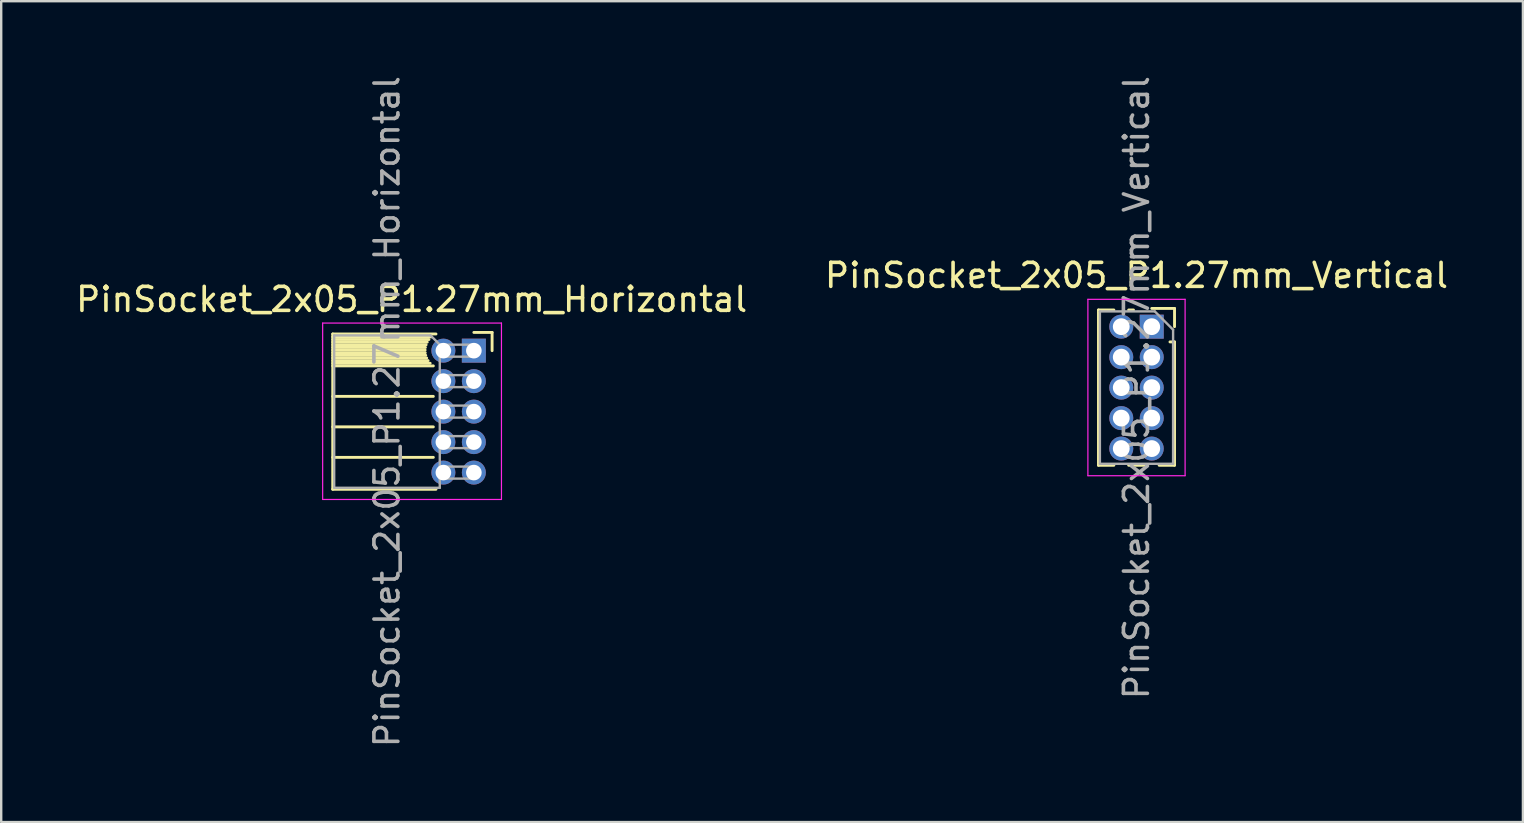
<source format=kicad_pcb>
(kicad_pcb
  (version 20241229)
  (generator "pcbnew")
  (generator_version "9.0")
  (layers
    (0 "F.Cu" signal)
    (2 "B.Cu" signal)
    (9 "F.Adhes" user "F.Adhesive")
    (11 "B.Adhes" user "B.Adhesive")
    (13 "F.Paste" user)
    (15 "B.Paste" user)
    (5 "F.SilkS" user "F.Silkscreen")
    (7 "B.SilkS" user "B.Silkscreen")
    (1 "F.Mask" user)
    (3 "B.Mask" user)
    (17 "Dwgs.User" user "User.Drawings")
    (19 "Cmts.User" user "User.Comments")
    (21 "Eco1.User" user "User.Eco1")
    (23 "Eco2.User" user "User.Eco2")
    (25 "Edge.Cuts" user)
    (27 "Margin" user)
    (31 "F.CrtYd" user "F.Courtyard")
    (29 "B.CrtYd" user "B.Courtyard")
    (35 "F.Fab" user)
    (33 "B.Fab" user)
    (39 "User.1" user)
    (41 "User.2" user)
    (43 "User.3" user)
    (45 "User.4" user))
  (footprint "PinSocket_2x05_P1.27mm_Horizontal"
    (layer "F.Cu")
    (at 16.694 11.561)
    (property "Reference" "PinSocket_2x05_P1.27mm_Horizontal" (at -2.592 -2.135 0) (layer "F.SilkS") (effects (font (size 1 1) (thickness 0.15))))
    (attr through_hole)
    (fp_line (start -5.88 -0.695) (end -5.88 5.775) (stroke (width 0.12) (type solid)) (layer "F.SilkS"))
    (fp_line (start -5.88 -0.695) (end -1.578 -0.695) (stroke (width 0.12) (type solid)) (layer "F.SilkS"))
    (fp_line (start -5.88 -0.575) (end -1.767 -0.575) (stroke (width 0.12) (type solid)) (layer "F.SilkS"))
    (fp_line (start -5.88 -0.465) (end -1.871 -0.465) (stroke (width 0.12) (type solid)) (layer "F.SilkS"))
    (fp_line (start -5.88 -0.355) (end -1.942 -0.355) (stroke (width 0.12) (type solid)) (layer "F.SilkS"))
    (fp_line (start -5.88 -0.245) (end -1.989 -0.245) (stroke (width 0.12) (type solid)) (layer "F.SilkS"))
    (fp_line (start -5.88 -0.135) (end -2.018 -0.135) (stroke (width 0.12) (type solid)) (layer "F.SilkS"))
    (fp_line (start -5.88 -0.025) (end -2.03 -0.025) (stroke (width 0.12) (type solid)) (layer "F.SilkS"))
    (fp_line (start -5.88 0.085) (end -2.025 0.085) (stroke (width 0.12) (type solid)) (layer "F.SilkS"))
    (fp_line (start -5.88 0.195) (end -2.005 0.195) (stroke (width 0.12) (type solid)) (layer "F.SilkS"))
    (fp_line (start -5.88 0.305) (end -1.966 0.305) (stroke (width 0.12) (type solid)) (layer "F.SilkS"))
    (fp_line (start -5.88 0.415) (end -1.907 0.415) (stroke (width 0.12) (type solid)) (layer "F.SilkS"))
    (fp_line (start -5.88 0.525) (end -1.82 0.525) (stroke (width 0.12) (type solid)) (layer "F.SilkS"))
    (fp_line (start -5.88 0.635) (end -1.688 0.635) (stroke (width 0.12) (type solid)) (layer "F.SilkS"))
    (fp_line (start -5.88 1.905) (end -1.688 1.905) (stroke (width 0.12) (type solid)) (layer "F.SilkS"))
    (fp_line (start -5.88 3.175) (end -1.688 3.175) (stroke (width 0.12) (type solid)) (layer "F.SilkS"))
    (fp_line (start -5.88 4.445) (end -1.688 4.445) (stroke (width 0.12) (type solid)) (layer "F.SilkS"))
    (fp_line (start -5.88 5.775) (end -1.578 5.775) (stroke (width 0.12) (type solid)) (layer "F.SilkS"))
    (fp_line (start 0 -0.76) (end 0.76 -0.76) (stroke (width 0.12) (type solid)) (layer "F.SilkS"))
    (fp_line (start 0.76 -0.76) (end 0.76 0) (stroke (width 0.12) (type solid)) (layer "F.SilkS"))
    (fp_line (start -6.3 -1.15) (end -6.3 6.2) (stroke (width 0.05) (type solid)) (layer "F.CrtYd"))
    (fp_line (start -6.3 6.2) (end 1.15 6.2) (stroke (width 0.05) (type solid)) (layer "F.CrtYd"))
    (fp_line (start 1.15 -1.15) (end -6.3 -1.15) (stroke (width 0.05) (type solid)) (layer "F.CrtYd"))
    (fp_line (start 1.15 6.2) (end 1.15 -1.15) (stroke (width 0.05) (type solid)) (layer "F.CrtYd"))
    (fp_line (start -5.82 -0.635) (end -1.805 -0.635) (stroke (width 0.1) (type solid)) (layer "F.Fab"))
    (fp_line (start -5.82 5.715) (end -5.82 -0.635) (stroke (width 0.1) (type solid)) (layer "F.Fab"))
    (fp_line (start -1.805 -0.635) (end -1.42 -0.25) (stroke (width 0.1) (type solid)) (layer "F.Fab"))
    (fp_line (start -1.42 -0.25) (end -1.42 5.715) (stroke (width 0.1) (type solid)) (layer "F.Fab"))
    (fp_line (start -1.42 0.25) (end 0 0.25) (stroke (width 0.1) (type solid)) (layer "F.Fab"))
    (fp_line (start -1.42 1.52) (end 0 1.52) (stroke (width 0.1) (type solid)) (layer "F.Fab"))
    (fp_line (start -1.42 2.79) (end 0 2.79) (stroke (width 0.1) (type solid)) (layer "F.Fab"))
    (fp_line (start -1.42 4.06) (end 0 4.06) (stroke (width 0.1) (type solid)) (layer "F.Fab"))
    (fp_line (start -1.42 5.33) (end 0 5.33) (stroke (width 0.1) (type solid)) (layer "F.Fab"))
    (fp_line (start -1.42 5.715) (end -5.82 5.715) (stroke (width 0.1) (type solid)) (layer "F.Fab"))
    (fp_line (start 0 -0.25) (end -1.42 -0.25) (stroke (width 0.1) (type solid)) (layer "F.Fab"))
    (fp_line (start 0 0.25) (end 0 -0.25) (stroke (width 0.1) (type solid)) (layer "F.Fab"))
    (fp_line (start 0 1.02) (end -1.42 1.02) (stroke (width 0.1) (type solid)) (layer "F.Fab"))
    (fp_line (start 0 1.52) (end 0 1.02) (stroke (width 0.1) (type solid)) (layer "F.Fab"))
    (fp_line (start 0 2.29) (end -1.42 2.29) (stroke (width 0.1) (type solid)) (layer "F.Fab"))
    (fp_line (start 0 2.79) (end 0 2.29) (stroke (width 0.1) (type solid)) (layer "F.Fab"))
    (fp_line (start 0 3.56) (end -1.42 3.56) (stroke (width 0.1) (type solid)) (layer "F.Fab"))
    (fp_line (start 0 4.06) (end 0 3.56) (stroke (width 0.1) (type solid)) (layer "F.Fab"))
    (fp_line (start 0 4.83) (end -1.42 4.83) (stroke (width 0.1) (type solid)) (layer "F.Fab"))
    (fp_line (start 0 5.33) (end 0 4.83) (stroke (width 0.1) (type solid)) (layer "F.Fab"))
    (fp_text user "${REFERENCE}" (at -3.62 2.54 90) (layer "F.Fab") (effects (font (size 1 1) (thickness 0.15))))
    (pad "1" thru_hole rect (at 0 0) (size 1 1) (drill 0.65) (layers "*.Cu" "*.Mask"))
    (pad "2" thru_hole circle (at -1.27 0) (size 1 1) (drill 0.65) (layers "*.Cu" "*.Mask"))
    (pad "3" thru_hole circle (at 0 1.27) (size 1 1) (drill 0.65) (layers "*.Cu" "*.Mask"))
    (pad "4" thru_hole circle (at -1.27 1.27) (size 1 1) (drill 0.65) (layers "*.Cu" "*.Mask"))
    (pad "5" thru_hole circle (at 0 2.54) (size 1 1) (drill 0.65) (layers "*.Cu" "*.Mask"))
    (pad "6" thru_hole circle (at -1.27 2.54) (size 1 1) (drill 0.65) (layers "*.Cu" "*.Mask"))
    (pad "7" thru_hole circle (at 0 3.81) (size 1 1) (drill 0.65) (layers "*.Cu" "*.Mask"))
    (pad "8" thru_hole circle (at -1.27 3.81) (size 1 1) (drill 0.65) (layers "*.Cu" "*.Mask"))
    (pad "9" thru_hole circle (at 0 5.08) (size 1 1) (drill 0.65) (layers "*.Cu" "*.Mask"))
    (pad "10" thru_hole circle (at -1.27 5.08) (size 1 1) (drill 0.65) (layers "*.Cu" "*.Mask")))
  (footprint "PinSocket_2x05_P1.27mm_Vertical"
    (layer "F.Cu")
    (at 44.939 10.561)
    (property "Reference" "PinSocket_2x05_P1.27mm_Vertical" (at -0.635 -2.135 0) (layer "F.SilkS") (effects (font (size 1 1) (thickness 0.15))))
    (attr through_hole)
    (fp_line (start -2.22 -0.695) (end -2.22 5.775) (stroke (width 0.12) (type solid)) (layer "F.SilkS"))
    (fp_line (start -2.22 -0.695) (end -1.578 -0.695) (stroke (width 0.12) (type solid)) (layer "F.SilkS"))
    (fp_line (start -2.22 5.775) (end -1.578 5.775) (stroke (width 0.12) (type solid)) (layer "F.SilkS"))
    (fp_line (start -0.962 -0.695) (end -0.76 -0.695) (stroke (width 0.12) (type solid)) (layer "F.SilkS"))
    (fp_line (start -0.962 5.775) (end -0.308 5.775) (stroke (width 0.12) (type solid)) (layer "F.SilkS"))
    (fp_line (start 0 -0.76) (end 0.95 -0.76) (stroke (width 0.12) (type solid)) (layer "F.SilkS"))
    (fp_line (start 0.308 5.775) (end 0.95 5.775) (stroke (width 0.12) (type solid)) (layer "F.SilkS"))
    (fp_line (start 0.76 0.635) (end 0.95 0.635) (stroke (width 0.12) (type solid)) (layer "F.SilkS"))
    (fp_line (start 0.95 -0.76) (end 0.95 0) (stroke (width 0.12) (type solid)) (layer "F.SilkS"))
    (fp_line (start 0.95 0.635) (end 0.95 5.775) (stroke (width 0.12) (type solid)) (layer "F.SilkS"))
    (fp_line (start -2.66 -1.14) (end 1.39 -1.14) (stroke (width 0.05) (type solid)) (layer "F.CrtYd"))
    (fp_line (start -2.66 6.21) (end -2.66 -1.14) (stroke (width 0.05) (type solid)) (layer "F.CrtYd"))
    (fp_line (start 1.39 -1.14) (end 1.39 6.21) (stroke (width 0.05) (type solid)) (layer "F.CrtYd"))
    (fp_line (start 1.39 6.21) (end -2.66 6.21) (stroke (width 0.05) (type solid)) (layer "F.CrtYd"))
    (fp_line (start -2.16 -0.635) (end 0.128 -0.635) (stroke (width 0.1) (type solid)) (layer "F.Fab"))
    (fp_line (start -2.16 5.715) (end -2.16 -0.635) (stroke (width 0.1) (type solid)) (layer "F.Fab"))
    (fp_line (start 0.128 -0.635) (end 0.89 0.127) (stroke (width 0.1) (type solid)) (layer "F.Fab"))
    (fp_line (start 0.89 0.127) (end 0.89 5.715) (stroke (width 0.1) (type solid)) (layer "F.Fab"))
    (fp_line (start 0.89 5.715) (end -2.16 5.715) (stroke (width 0.1) (type solid)) (layer "F.Fab"))
    (fp_text user "${REFERENCE}" (at -0.635 2.54 90) (layer "F.Fab") (effects (font (size 1 1) (thickness 0.15))))
    (pad "1" thru_hole rect (at 0 0) (size 1 1) (drill 0.7) (layers "*.Cu" "*.Mask"))
    (pad "2" thru_hole circle (at -1.27 0) (size 1 1) (drill 0.7) (layers "*.Cu" "*.Mask"))
    (pad "3" thru_hole circle (at 0 1.27) (size 1 1) (drill 0.7) (layers "*.Cu" "*.Mask"))
    (pad "4" thru_hole circle (at -1.27 1.27) (size 1 1) (drill 0.7) (layers "*.Cu" "*.Mask"))
    (pad "5" thru_hole circle (at 0 2.54) (size 1 1) (drill 0.7) (layers "*.Cu" "*.Mask"))
    (pad "6" thru_hole circle (at -1.27 2.54) (size 1 1) (drill 0.7) (layers "*.Cu" "*.Mask"))
    (pad "7" thru_hole circle (at 0 3.81) (size 1 1) (drill 0.7) (layers "*.Cu" "*.Mask"))
    (pad "8" thru_hole circle (at -1.27 3.81) (size 1 1) (drill 0.7) (layers "*.Cu" "*.Mask"))
    (pad "9" thru_hole circle (at 0 5.08) (size 1 1) (drill 0.7) (layers "*.Cu" "*.Mask"))
    (pad "10" thru_hole circle (at -1.27 5.08) (size 1 1) (drill 0.7) (layers "*.Cu" "*.Mask")))
  (gr_rect
    (start -3 -3)
    (end 60.405 31.202)
    (stroke (width 0.1) (type default))
    (fill no)
    (layer "Edge.Cuts")))
</source>
